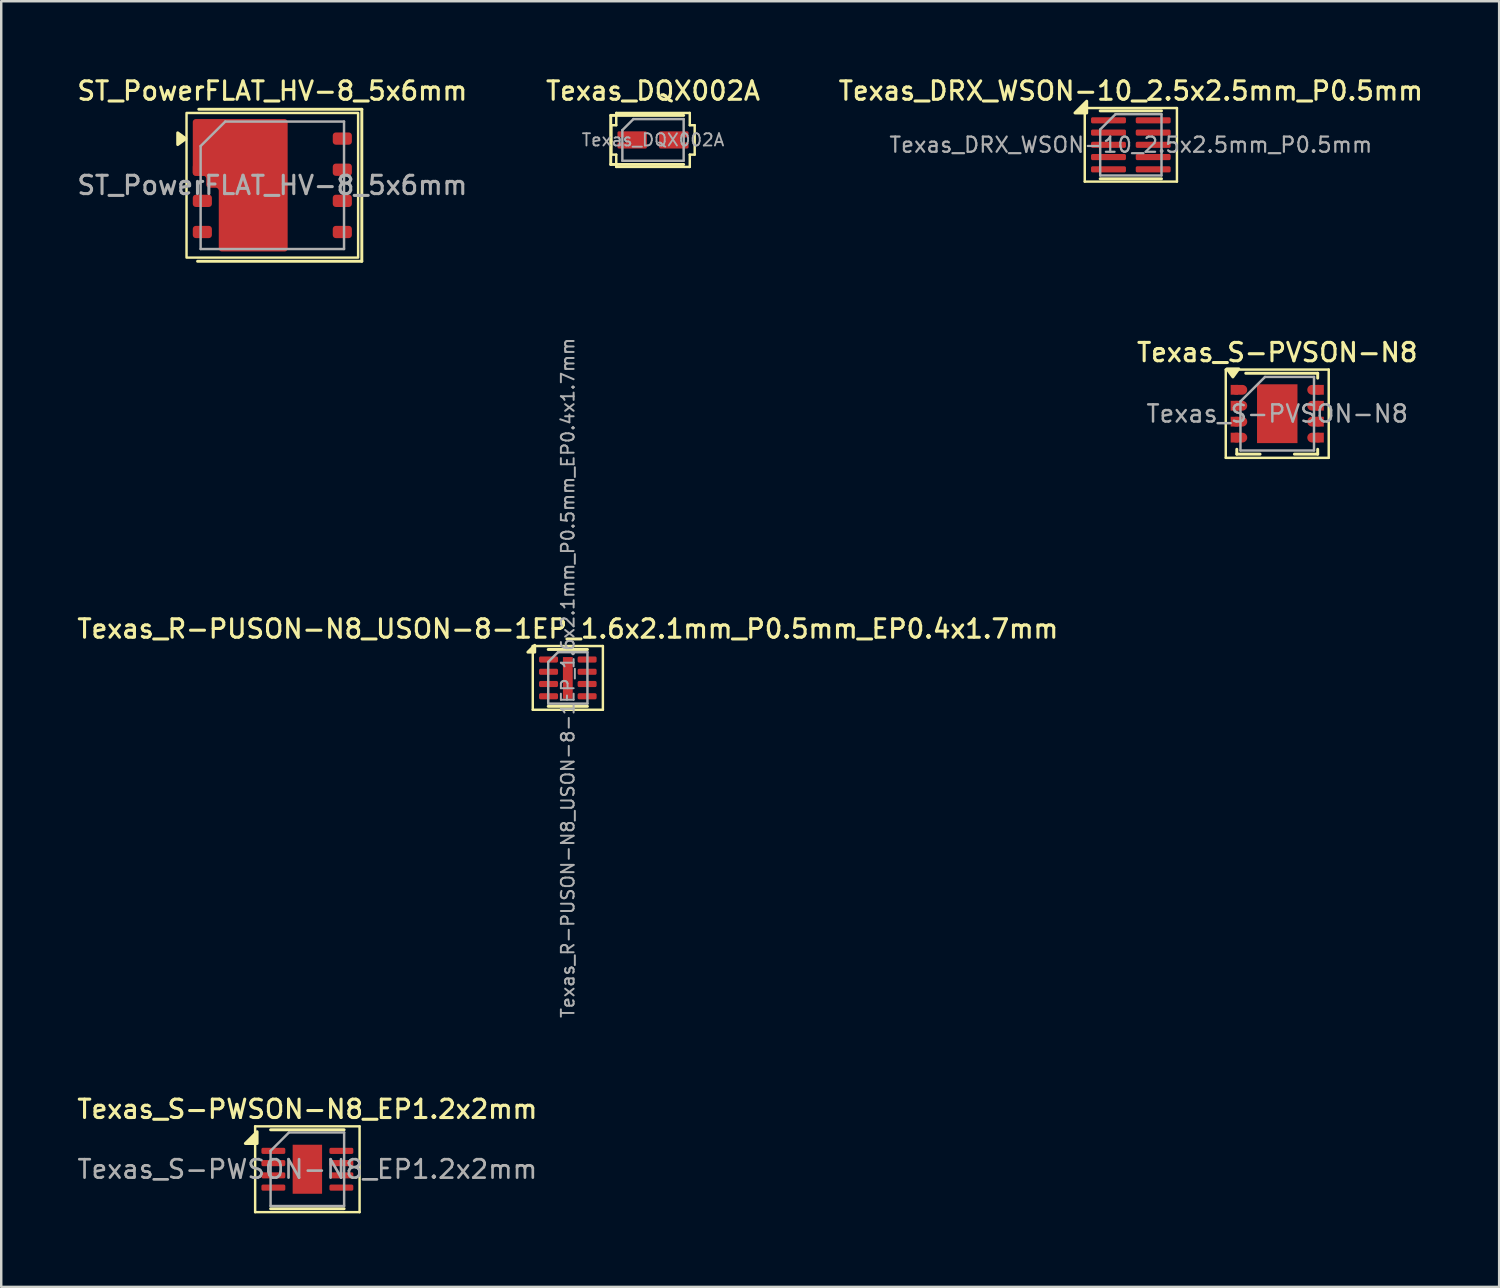
<source format=kicad_pcb>
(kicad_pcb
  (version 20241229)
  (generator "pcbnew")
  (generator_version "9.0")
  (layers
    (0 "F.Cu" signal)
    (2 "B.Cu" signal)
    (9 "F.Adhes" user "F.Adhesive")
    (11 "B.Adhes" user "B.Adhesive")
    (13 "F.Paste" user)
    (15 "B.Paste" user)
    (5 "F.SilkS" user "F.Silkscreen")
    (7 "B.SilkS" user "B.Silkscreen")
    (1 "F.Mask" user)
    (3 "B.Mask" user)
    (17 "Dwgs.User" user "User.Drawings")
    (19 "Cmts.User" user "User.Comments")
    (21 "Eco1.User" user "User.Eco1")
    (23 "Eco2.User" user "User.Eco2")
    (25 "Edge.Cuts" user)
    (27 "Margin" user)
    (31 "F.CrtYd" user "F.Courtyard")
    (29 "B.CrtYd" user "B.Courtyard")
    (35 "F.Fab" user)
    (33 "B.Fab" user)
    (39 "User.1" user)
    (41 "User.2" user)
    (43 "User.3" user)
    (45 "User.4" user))
  (footprint "Texas_DQX002A"
    (layer "F.Cu")
    (at 23.588 2.658)
    (property "Reference" "Texas_DQX002A" (at 0 -2 0) (layer "F.SilkS") (effects (font (size 0.75 0.75) (thickness 0.125))))
    (attr smd)
    (fp_line (start -1.725 -1) (end 1.25 -1) (stroke (width 0.12) (type default)) (layer "F.SilkS"))
    (fp_line (start -1.725 1) (end -1.725 -1) (stroke (width 0.12) (type default)) (layer "F.SilkS"))
    (fp_line (start -1.7 -0.6) (end -1.5 -0.6) (stroke (width 0.1) (type default)) (layer "F.SilkS"))
    (fp_line (start -1.7 0.05) (end -1.7 -0.6) (stroke (width 0.1) (type default)) (layer "F.SilkS"))
    (fp_line (start -1.7 0.6) (end -1.7 0.05) (stroke (width 0.1) (type default)) (layer "F.SilkS"))
    (fp_line (start -1.7 0.6) (end -1.5 0.6) (stroke (width 0.1) (type default)) (layer "F.SilkS"))
    (fp_line (start -1.5 -1.1) (end -1.5 -0.6) (stroke (width 0.1) (type default)) (layer "F.SilkS"))
    (fp_line (start -1.5 -1.1) (end 1.5 -1.1) (stroke (width 0.1) (type default)) (layer "F.SilkS"))
    (fp_line (start -1.5 0.6) (end -1.5 1.1) (stroke (width 0.1) (type default)) (layer "F.SilkS"))
    (fp_line (start 1.25 1) (end -1.725 1) (stroke (width 0.12) (type default)) (layer "F.SilkS"))
    (fp_line (start 1.5 -1.1) (end 1.5 -0.6) (stroke (width 0.1) (type default)) (layer "F.SilkS"))
    (fp_line (start 1.5 -0.6) (end 1.7 -0.6) (stroke (width 0.1) (type default)) (layer "F.SilkS"))
    (fp_line (start 1.5 0.6) (end 1.5 1.1) (stroke (width 0.1) (type default)) (layer "F.SilkS"))
    (fp_line (start 1.5 0.6) (end 1.7 0.6) (stroke (width 0.1) (type default)) (layer "F.SilkS"))
    (fp_line (start 1.5 1.1) (end -1.5 1.1) (stroke (width 0.1) (type default)) (layer "F.SilkS"))
    (fp_line (start 1.7 -0.6) (end 1.7 0.6) (stroke (width 0.1) (type default)) (layer "F.SilkS"))
    (fp_rect (start -1.4 -0.15) (end -1.05 -0.3) (stroke (width 0.1) (type solid)) (fill yes) (layer "F.Paste"))
    (fp_rect (start -1.4 0.3) (end -1.05 0.15) (stroke (width 0.1) (type solid)) (fill yes) (layer "F.Paste"))
    (fp_rect (start -0.8 0.3) (end -0.3 -0.3) (stroke (width 0.1) (type solid)) (fill yes) (layer "F.Paste"))
    (fp_rect (start 0.3 0.3) (end 0.8 -0.3) (stroke (width 0.1) (type solid)) (fill yes) (layer "F.Paste"))
    (fp_rect (start 1.05 -0.15) (end 1.4 -0.3) (stroke (width 0.1) (type solid)) (fill yes) (layer "F.Paste"))
    (fp_rect (start 1.05 0.3) (end 1.4 0.15) (stroke (width 0.1) (type solid)) (fill yes) (layer "F.Paste"))
    (fp_line (start -1.25 -0.4) (end -0.8 -0.85) (stroke (width 0.1) (type default)) (layer "F.Fab"))
    (fp_line (start -1.25 0.85) (end -1.25 -0.4) (stroke (width 0.1) (type default)) (layer "F.Fab"))
    (fp_line (start -0.8 -0.85) (end 1.25 -0.85) (stroke (width 0.1) (type default)) (layer "F.Fab"))
    (fp_line (start 1.25 -0.85) (end 1.25 0.85) (stroke (width 0.1) (type default)) (layer "F.Fab"))
    (fp_line (start 1.25 0.85) (end -1.25 0.85) (stroke (width 0.1) (type default)) (layer "F.Fab"))
    (fp_text user "${REFERENCE}" (at 0 0 0) (layer "F.Fab") (effects (font (size 0.5 0.5) (thickness 0.075))))
    (pad "1" smd custom (at -0.85 0 90) (size 0.001 0.001) (layers "F.Cu" "F.Mask") (options (anchor rect)) (primitives (gr_poly (pts (xy -0.3 0.55) (xy 0.3 0.55) (xy 0.3 -0.55) (xy 0.15 -0.55) (xy 0.15 -0.2) (xy -0.15 -0.2) (xy -0.15 -0.55) (xy -0.3 -0.55)) (width 0.1) (fill yes))))
    (pad "2" smd custom (at 0.85 0 270) (size 0.001 0.001) (layers "F.Cu" "F.Mask") (options (anchor rect)) (primitives (gr_poly (pts (xy -0.3 0.55) (xy 0.3 0.55) (xy 0.3 -0.55) (xy 0.15 -0.55) (xy 0.15 -0.2) (xy -0.15 -0.2) (xy -0.15 -0.55) (xy -0.3 -0.55)) (width 0.1) (fill yes)))))
  (footprint "Texas_S-PWSON-N8_EP1.2x2mm"
    (layer "F.Cu")
    (at 9.488 44.646)
    (property "Reference" "Texas_S-PWSON-N8_EP1.2x2mm" (at 0 -2.45 0) (layer "F.SilkS") (effects (font (size 0.75 0.75) (thickness 0.125))))
    (attr smd)
    (fp_line (start -2.13 -1.75) (end -2.13 1.75) (stroke (width 0.1) (type solid)) (layer "F.SilkS"))
    (fp_line (start -2.13 1.75) (end 2.13 1.75) (stroke (width 0.1) (type solid)) (layer "F.SilkS"))
    (fp_line (start -1.5 -1.61) (end 1.5 -1.61) (stroke (width 0.12) (type solid)) (layer "F.SilkS"))
    (fp_line (start -1.5 1.61) (end 1.5 1.61) (stroke (width 0.12) (type solid)) (layer "F.SilkS"))
    (fp_line (start 2.13 -1.75) (end -2.13 -1.75) (stroke (width 0.1) (type solid)) (layer "F.SilkS"))
    (fp_line (start 2.13 1.75) (end 2.13 -1.75) (stroke (width 0.1) (type solid)) (layer "F.SilkS"))
    (fp_poly (pts (xy -2.05 -1.05) (xy -2.53 -1.05) (xy -2.05 -1.53) (xy -2.05 -1.05)) (stroke (width 0.12) (type solid)) (fill yes) (layer "F.SilkS"))
    (fp_line (start -1.5 -0.75) (end -0.75 -1.5) (stroke (width 0.1) (type solid)) (layer "F.Fab"))
    (fp_line (start -1.5 1.5) (end -1.5 -0.75) (stroke (width 0.1) (type solid)) (layer "F.Fab"))
    (fp_line (start -0.75 -1.5) (end 1.5 -1.5) (stroke (width 0.1) (type solid)) (layer "F.Fab"))
    (fp_line (start 1.5 -1.5) (end 1.5 1.5) (stroke (width 0.1) (type solid)) (layer "F.Fab"))
    (fp_line (start 1.5 1.5) (end -1.5 1.5) (stroke (width 0.1) (type solid)) (layer "F.Fab"))
    (fp_text user "${REFERENCE}" (at 0 0 0) (layer "F.Fab") (effects (font (size 0.75 0.75) (thickness 0.11))))
    (pad "" smd roundrect (at 0 -0.5) (size 0.97 0.81) (layers "F.Paste") (roundrect_rratio 0.25))
    (pad "" smd roundrect (at 0 0.5) (size 0.97 0.81) (layers "F.Paste") (roundrect_rratio 0.25))
    (pad "1" smd roundrect (at -1.387 -0.75) (size 0.975 0.25) (layers "F.Cu" "F.Mask" "F.Paste") (roundrect_rratio 0.25))
    (pad "2" smd roundrect (at -1.387 -0.25) (size 0.975 0.25) (layers "F.Cu" "F.Mask" "F.Paste") (roundrect_rratio 0.25))
    (pad "3" smd roundrect (at -1.387 0.25) (size 0.975 0.25) (layers "F.Cu" "F.Mask" "F.Paste") (roundrect_rratio 0.25))
    (pad "4" smd roundrect (at -1.387 0.75) (size 0.975 0.25) (layers "F.Cu" "F.Mask" "F.Paste") (roundrect_rratio 0.25))
    (pad "5" smd roundrect (at 1.387 0.75) (size 0.975 0.25) (layers "F.Cu" "F.Mask" "F.Paste") (roundrect_rratio 0.25))
    (pad "6" smd roundrect (at 1.387 0.25) (size 0.975 0.25) (layers "F.Cu" "F.Mask" "F.Paste") (roundrect_rratio 0.25))
    (pad "7" smd roundrect (at 1.387 -0.25) (size 0.975 0.25) (layers "F.Cu" "F.Mask" "F.Paste") (roundrect_rratio 0.25))
    (pad "8" smd roundrect (at 1.387 -0.75) (size 0.975 0.25) (layers "F.Cu" "F.Mask" "F.Paste") (roundrect_rratio 0.25))
    (pad "9" smd rect (at 0 0) (size 1.2 2) (property pad_prop_heatsink) (layers "F.Cu" "F.Mask")))
  (footprint "Texas_DRX_WSON-10_2.5x2.5mm_P0.5mm"
    (layer "F.Cu")
    (at 43.08 2.858)
    (property "Reference" "Texas_DRX_WSON-10_2.5x2.5mm_P0.5mm" (at 0 -2.2 0) (layer "F.SilkS") (effects (font (size 0.75 0.75) (thickness 0.125))))
    (attr smd)
    (fp_line (start -1.88 -1.5) (end -1.88 1.5) (stroke (width 0.1) (type solid)) (layer "F.SilkS"))
    (fp_line (start -1.88 1.5) (end 1.88 1.5) (stroke (width 0.1) (type solid)) (layer "F.SilkS"))
    (fp_line (start -1.25 -1.385) (end 1.25 -1.385) (stroke (width 0.12) (type solid)) (layer "F.SilkS"))
    (fp_line (start -1.25 1.385) (end 1.25 1.385) (stroke (width 0.12) (type solid)) (layer "F.SilkS"))
    (fp_line (start 1.88 -1.5) (end -1.88 -1.5) (stroke (width 0.1) (type solid)) (layer "F.SilkS"))
    (fp_line (start 1.88 1.5) (end 1.88 -1.5) (stroke (width 0.1) (type solid)) (layer "F.SilkS"))
    (fp_poly (pts (xy -1.8 -1.3) (xy -2.28 -1.3) (xy -1.8 -1.78) (xy -1.8 -1.3)) (stroke (width 0.12) (type solid)) (fill yes) (layer "F.SilkS"))
    (fp_line (start -1.25 -0.625) (end -0.625 -1.25) (stroke (width 0.1) (type solid)) (layer "F.Fab"))
    (fp_line (start -1.25 1.25) (end -1.25 -0.625) (stroke (width 0.1) (type solid)) (layer "F.Fab"))
    (fp_line (start -0.625 -1.25) (end 1.25 -1.25) (stroke (width 0.1) (type solid)) (layer "F.Fab"))
    (fp_line (start 1.25 -1.25) (end 1.25 1.25) (stroke (width 0.1) (type solid)) (layer "F.Fab"))
    (fp_line (start 1.25 1.25) (end -1.25 1.25) (stroke (width 0.1) (type solid)) (layer "F.Fab"))
    (fp_text user "${REFERENCE}" (at 0 0 0) (layer "F.Fab") (effects (font (size 0.62 0.62) (thickness 0.09))))
    (pad "1" smd roundrect (at -0.912 -1) (size 1.425 0.25) (layers "F.Cu" "F.Mask" "F.Paste") (roundrect_rratio 0.25))
    (pad "2" smd roundrect (at -0.912 -0.5) (size 1.425 0.25) (layers "F.Cu" "F.Mask" "F.Paste") (roundrect_rratio 0.25))
    (pad "3" smd roundrect (at -0.912 0) (size 1.425 0.25) (layers "F.Cu" "F.Mask" "F.Paste") (roundrect_rratio 0.25))
    (pad "4" smd roundrect (at -0.912 0.5) (size 1.425 0.25) (layers "F.Cu" "F.Mask" "F.Paste") (roundrect_rratio 0.25))
    (pad "5" smd roundrect (at -0.912 1) (size 1.425 0.25) (layers "F.Cu" "F.Mask" "F.Paste") (roundrect_rratio 0.25))
    (pad "6" smd roundrect (at 0.912 1) (size 1.425 0.25) (layers "F.Cu" "F.Mask" "F.Paste") (roundrect_rratio 0.25))
    (pad "7" smd roundrect (at 0.912 0.5) (size 1.425 0.25) (layers "F.Cu" "F.Mask" "F.Paste") (roundrect_rratio 0.25))
    (pad "8" smd roundrect (at 0.912 0) (size 1.425 0.25) (layers "F.Cu" "F.Mask" "F.Paste") (roundrect_rratio 0.25))
    (pad "9" smd roundrect (at 0.912 -0.5) (size 1.425 0.25) (layers "F.Cu" "F.Mask" "F.Paste") (roundrect_rratio 0.25))
    (pad "10" smd roundrect (at 0.912 -1) (size 1.425 0.25) (layers "F.Cu" "F.Mask" "F.Paste") (roundrect_rratio 0.25)))
  (footprint "Texas_S-PVSON-N8"
    (layer "F.Cu")
    (at 49.052 13.826)
    (property "Reference" "Texas_S-PVSON-N8" (at 0 -2.5 0) (layer "F.SilkS") (effects (font (size 0.75 0.75) (thickness 0.125))))
    (attr smd)
    (fp_line (start -2.1 -1.8) (end -2.1 1.8) (stroke (width 0.1) (type solid)) (layer "F.SilkS"))
    (fp_line (start -2.1 -1.8) (end 2.1 -1.8) (stroke (width 0.1) (type solid)) (layer "F.SilkS"))
    (fp_line (start -2.1 1.8) (end 2.1 1.8) (stroke (width 0.1) (type solid)) (layer "F.SilkS"))
    (fp_line (start -1.65 1.65) (end -1.65 1.45) (stroke (width 0.12) (type solid)) (layer "F.SilkS"))
    (fp_line (start -1.65 1.65) (end -0.7 1.65) (stroke (width 0.12) (type solid)) (layer "F.SilkS"))
    (fp_line (start 0.7 1.65) (end 1.65 1.65) (stroke (width 0.12) (type solid)) (layer "F.SilkS"))
    (fp_line (start 1.65 -1.65) (end -1.285 -1.65) (stroke (width 0.12) (type solid)) (layer "F.SilkS"))
    (fp_line (start 1.65 -1.45) (end 1.65 -1.65) (stroke (width 0.12) (type solid)) (layer "F.SilkS"))
    (fp_line (start 1.65 1.45) (end 1.65 1.65) (stroke (width 0.12) (type solid)) (layer "F.SilkS"))
    (fp_line (start 2.1 -1.8) (end 2.1 1.8) (stroke (width 0.1) (type solid)) (layer "F.SilkS"))
    (fp_poly (pts (xy -1.81 -1.5) (xy -2.05 -1.83) (xy -1.57 -1.83) (xy -1.81 -1.5)) (stroke (width 0.12) (type solid)) (fill yes) (layer "F.SilkS"))
    (fp_line (start -1.5 1.5) (end -1.5 -0.5) (stroke (width 0.1) (type solid)) (layer "F.Fab"))
    (fp_line (start -0.5 -1.5) (end -1.5 -0.5) (stroke (width 0.1) (type solid)) (layer "F.Fab"))
    (fp_line (start -0.5 -1.5) (end 1.5 -1.5) (stroke (width 0.1) (type solid)) (layer "F.Fab"))
    (fp_line (start 1.5 -1.5) (end 1.5 1.5) (stroke (width 0.1) (type solid)) (layer "F.Fab"))
    (fp_line (start 1.5 1.5) (end -1.5 1.5) (stroke (width 0.1) (type solid)) (layer "F.Fab"))
    (fp_text user "${REFERENCE}" (at 0 0 0) (layer "F.Fab") (effects (font (size 0.7 0.7) (thickness 0.1))))
    (pad "1" smd rect (at -1.75 -0.975) (size 0.3 0.4) (layers "F.Cu" "F.Mask" "F.Paste"))
    (pad "1" smd oval (at -1.55 -0.975) (size 0.65 0.4) (layers "F.Cu" "F.Mask" "F.Paste"))
    (pad "2" smd rect (at -1.75 -0.325) (size 0.3 0.4) (layers "F.Cu" "F.Mask" "F.Paste"))
    (pad "2" smd oval (at -1.55 -0.325) (size 0.65 0.4) (layers "F.Cu" "F.Mask" "F.Paste"))
    (pad "3" smd rect (at -1.75 0.325) (size 0.3 0.4) (layers "F.Cu" "F.Mask" "F.Paste"))
    (pad "3" smd oval (at -1.55 0.325) (size 0.65 0.4) (layers "F.Cu" "F.Mask" "F.Paste"))
    (pad "4" smd rect (at -1.75 0.975) (size 0.3 0.4) (layers "F.Cu" "F.Mask" "F.Paste"))
    (pad "4" smd oval (at -1.55 0.975) (size 0.65 0.4) (layers "F.Cu" "F.Mask" "F.Paste"))
    (pad "5" smd oval (at 1.55 0.975) (size 0.65 0.4) (layers "F.Cu" "F.Mask" "F.Paste"))
    (pad "5" smd rect (at 1.75 0.975) (size 0.3 0.4) (layers "F.Cu" "F.Mask" "F.Paste"))
    (pad "6" smd oval (at 1.55 0.325) (size 0.65 0.4) (layers "F.Cu" "F.Mask" "F.Paste"))
    (pad "6" smd rect (at 1.75 0.325) (size 0.3 0.4) (layers "F.Cu" "F.Mask" "F.Paste"))
    (pad "7" smd oval (at 1.55 -0.325) (size 0.65 0.4) (layers "F.Cu" "F.Mask" "F.Paste"))
    (pad "7" smd rect (at 1.75 -0.325) (size 0.3 0.4) (layers "F.Cu" "F.Mask" "F.Paste"))
    (pad "8" smd oval (at 1.55 -0.975) (size 0.65 0.4) (layers "F.Cu" "F.Mask" "F.Paste"))
    (pad "8" smd rect (at 1.75 -0.975) (size 0.3 0.4) (layers "F.Cu" "F.Mask" "F.Paste"))
    (pad "9" smd rect (at -0.45 -0.625) (size 0.65 1) (layers "F.Cu" "F.Mask" "F.Paste"))
    (pad "9" smd rect (at -0.45 0.625) (size 0.65 1) (layers "F.Cu" "F.Mask" "F.Paste"))
    (pad "9" smd rect (at 0 0) (size 1.65 2.4) (layers "F.Cu" "F.Mask"))
    (pad "9" smd rect (at 0.45 -0.625) (size 0.65 1) (layers "F.Cu" "F.Mask" "F.Paste"))
    (pad "9" smd rect (at 0.45 0.625) (size 0.65 1) (layers "F.Cu" "F.Mask" "F.Paste")))
  (footprint "ST_PowerFLAT_HV-8_5x6mm"
    (layer "F.Cu")
    (at 8.059 4.508)
    (property "Reference" "ST_PowerFLAT_HV-8_5x6mm" (at 0 -3.85 0) (unlocked yes) (layer "F.SilkS") (effects (font (size 0.75 0.75) (thickness 0.125))))
    (attr smd)
    (fp_line (start -3 -3.1) (end 3.65 -3.1) (stroke (width 0.12) (type default)) (layer "F.SilkS"))
    (fp_line (start 3.65 -3.1) (end 3.65 3.1) (stroke (width 0.12) (type default)) (layer "F.SilkS"))
    (fp_line (start 3.65 3.1) (end -3.05 3.1) (stroke (width 0.12) (type default)) (layer "F.SilkS"))
    (fp_rect (start 3.5 -2.95) (end -3.5 2.95) (stroke (width 0.1) (type default)) (fill no) (layer "F.SilkS"))
    (fp_poly (pts (xy -3.53 -1.9) (xy -3.86 -1.66) (xy -3.86 -2.14) (xy -3.53 -1.9)) (stroke (width 0.12) (type solid)) (fill yes) (layer "F.SilkS"))
    (fp_line (start -2.925 -1.6) (end -2.925 2.6) (stroke (width 0.1) (type default)) (layer "F.Fab"))
    (fp_line (start -2.925 2.6) (end 2.925 2.6) (stroke (width 0.1) (type default)) (layer "F.Fab"))
    (fp_line (start -1.92 -2.6) (end -2.925 -1.6) (stroke (width 0.1) (type default)) (layer "F.Fab"))
    (fp_line (start 2.925 -2.6) (end -1.92 -2.6) (stroke (width 0.1) (type default)) (layer "F.Fab"))
    (fp_line (start 2.925 2.6) (end 2.925 -2.6) (stroke (width 0.1) (type default)) (layer "F.Fab"))
    (fp_text user "${REFERENCE}" (at 0 0 0) (unlocked yes) (layer "F.Fab") (effects (font (size 0.75 0.75) (thickness 0.125))))
    (pad "" smd roundrect (at -2.855 -1.905) (size 0.78 0.5) (layers "F.Paste") (roundrect_rratio 0.25))
    (pad "" smd roundrect (at -1.495 -2.04) (size 1.285 1.22) (layers "F.Paste") (roundrect_rratio 0.205))
    (pad "" smd roundrect (at -1.495 -0.68) (size 1.285 1.22) (layers "F.Paste") (roundrect_rratio 0.205))
    (pad "" smd roundrect (at -1.495 0.68) (size 1.285 1.22) (layers "F.Paste") (roundrect_rratio 0.205))
    (pad "" smd roundrect (at -1.492 2.04) (size 1.285 1.22) (layers "F.Paste") (roundrect_rratio 0.205))
    (pad "" smd roundrect (at -0.07 -2.04) (size 1.285 1.22) (layers "F.Paste") (roundrect_rratio 0.205))
    (pad "" smd roundrect (at -0.07 -0.68) (size 1.285 1.22) (layers "F.Paste") (roundrect_rratio 0.205))
    (pad "" smd roundrect (at -0.07 0.68) (size 1.285 1.22) (layers "F.Paste") (roundrect_rratio 0.205))
    (pad "" smd roundrect (at -0.067 2.04) (size 1.285 1.22) (layers "F.Paste") (roundrect_rratio 0.205))
    (pad "1" smd custom (at -2.855 -1.905) (size 0.78 0.5) (property pad_prop_heatsink) (layers "F.Cu" "F.Mask") (options (anchor rect)) (primitives (gr_poly (pts (arc (start -0.265 -0.7951) (mid -0.353388 -0.758488) (end -0.39 -0.6701)) (arc (start -0.39 1.3899) (mid -0.353388 1.478288) (end -0.265 1.5149)) (arc (start 0.035 1.5149) (mid 0.123388 1.551512) (end 0.16 1.6399)) (arc (start 0.16 1.8799) (mid 0.196612 1.968288) (end 0.285 2.0049)) (arc (start 0.545 2.0049) (mid 0.633388 2.041512) (end 0.67 2.1299)) (arc (start 0.67 4.4799) (mid 0.706612 4.568288) (end 0.795 4.6049)) (arc (start 3.355 4.6049) (mid 3.443388 4.568288) (end 3.48 4.4799)) (arc (start 3.48 -0.6701) (mid 3.443388 -0.758488) (end 3.355 -0.7951))) (width 0) (fill yes))))
    (pad "2" smd roundrect (at -2.855 -0.635) (size 0.78 0.5) (property pad_prop_heatsink) (layers "F.Cu" "F.Mask" "F.Paste") (roundrect_rratio 0.25))
    (pad "3" smd roundrect (at -2.855 0.635) (size 0.78 0.5) (layers "F.Cu" "F.Mask" "F.Paste") (roundrect_rratio 0.25))
    (pad "4" smd roundrect (at -2.855 1.905) (size 0.78 0.5) (layers "F.Cu" "F.Mask" "F.Paste") (roundrect_rratio 0.25))
    (pad "5" smd roundrect (at 2.855 1.905) (size 0.78 0.5) (layers "F.Cu" "F.Mask" "F.Paste") (roundrect_rratio 0.25))
    (pad "6" smd roundrect (at 2.855 0.635) (size 0.78 0.5) (layers "F.Cu" "F.Mask" "F.Paste") (roundrect_rratio 0.25))
    (pad "7" smd roundrect (at 2.855 -0.635) (size 0.78 0.5) (layers "F.Cu" "F.Mask" "F.Paste") (roundrect_rratio 0.25))
    (pad "8" smd roundrect (at 2.855 -1.905) (size 0.78 0.5) (layers "F.Cu" "F.Mask" "F.Paste") (roundrect_rratio 0.25)))
  (footprint "Texas_R-PUSON-N8_USON-8-1EP_1.6x2.1mm_P0.5mm_EP0.4x1.7mm"
    (layer "F.Cu")
    (at 20.113 24.603)
    (property "Reference" "Texas_R-PUSON-N8_USON-8-1EP_1.6x2.1mm_P0.5mm_EP0.4x1.7mm" (at 0 -2 0) (layer "F.SilkS") (effects (font (size 0.75 0.75) (thickness 0.125))))
    (attr smd)
    (fp_line (start -1.43 -1.3) (end -1.43 1.3) (stroke (width 0.1) (type solid)) (layer "F.SilkS"))
    (fp_line (start -1.43 1.3) (end 1.43 1.3) (stroke (width 0.1) (type solid)) (layer "F.SilkS"))
    (fp_line (start -0.8 -1.16) (end 0.8 -1.16) (stroke (width 0.12) (type solid)) (layer "F.SilkS"))
    (fp_line (start -0.8 1.16) (end 0.8 1.16) (stroke (width 0.12) (type solid)) (layer "F.SilkS"))
    (fp_line (start 1.43 -1.3) (end -1.43 -1.3) (stroke (width 0.1) (type solid)) (layer "F.SilkS"))
    (fp_line (start 1.43 1.3) (end 1.43 -1.3) (stroke (width 0.1) (type solid)) (layer "F.SilkS"))
    (fp_poly (pts (xy -1.35 -1.05) (xy -1.63 -1.05) (xy -1.35 -1.33) (xy -1.35 -1.05)) (stroke (width 0.12) (type solid)) (fill yes) (layer "F.SilkS"))
    (fp_line (start -0.8 -0.65) (end -0.4 -1.05) (stroke (width 0.1) (type solid)) (layer "F.Fab"))
    (fp_line (start -0.8 1.05) (end -0.8 -0.65) (stroke (width 0.1) (type solid)) (layer "F.Fab"))
    (fp_line (start -0.4 -1.05) (end 0.8 -1.05) (stroke (width 0.1) (type solid)) (layer "F.Fab"))
    (fp_line (start 0.8 -1.05) (end 0.8 1.05) (stroke (width 0.1) (type solid)) (layer "F.Fab"))
    (fp_line (start 0.8 1.05) (end -0.8 1.05) (stroke (width 0.1) (type solid)) (layer "F.Fab"))
    (fp_text user "${REFERENCE}" (at 0 0 90) (layer "F.Fab") (effects (font (size 0.52 0.52) (thickness 0.08))))
    (pad "" smd roundrect (at 0 0) (size 0.32 1.37) (layers "F.Paste") (roundrect_rratio 0.25))
    (pad "1" smd roundrect (at -0.787 -0.75) (size 0.775 0.25) (layers "F.Cu" "F.Mask" "F.Paste") (roundrect_rratio 0.25))
    (pad "2" smd roundrect (at -0.787 -0.25) (size 0.775 0.25) (layers "F.Cu" "F.Mask" "F.Paste") (roundrect_rratio 0.25))
    (pad "3" smd roundrect (at -0.787 0.25) (size 0.775 0.25) (layers "F.Cu" "F.Mask" "F.Paste") (roundrect_rratio 0.25))
    (pad "4" smd roundrect (at -0.787 0.75) (size 0.775 0.25) (layers "F.Cu" "F.Mask" "F.Paste") (roundrect_rratio 0.25))
    (pad "5" smd roundrect (at 0.787 0.75) (size 0.775 0.25) (layers "F.Cu" "F.Mask" "F.Paste") (roundrect_rratio 0.25))
    (pad "6" smd roundrect (at 0.787 0.25) (size 0.775 0.25) (layers "F.Cu" "F.Mask" "F.Paste") (roundrect_rratio 0.25))
    (pad "7" smd roundrect (at 0.787 -0.25) (size 0.775 0.25) (layers "F.Cu" "F.Mask" "F.Paste") (roundrect_rratio 0.25))
    (pad "8" smd roundrect (at 0.787 -0.75) (size 0.775 0.25) (layers "F.Cu" "F.Mask" "F.Paste") (roundrect_rratio 0.25))
    (pad "9" smd rect (at 0 0) (size 0.4 1.7) (property pad_prop_heatsink) (layers "F.Cu" "F.Mask")))
  (gr_rect
    (start -3 -3)
    (end 58.104 49.446)
    (stroke (width 0.1) (type default))
    (fill no)
    (layer "Edge.Cuts")))
</source>
